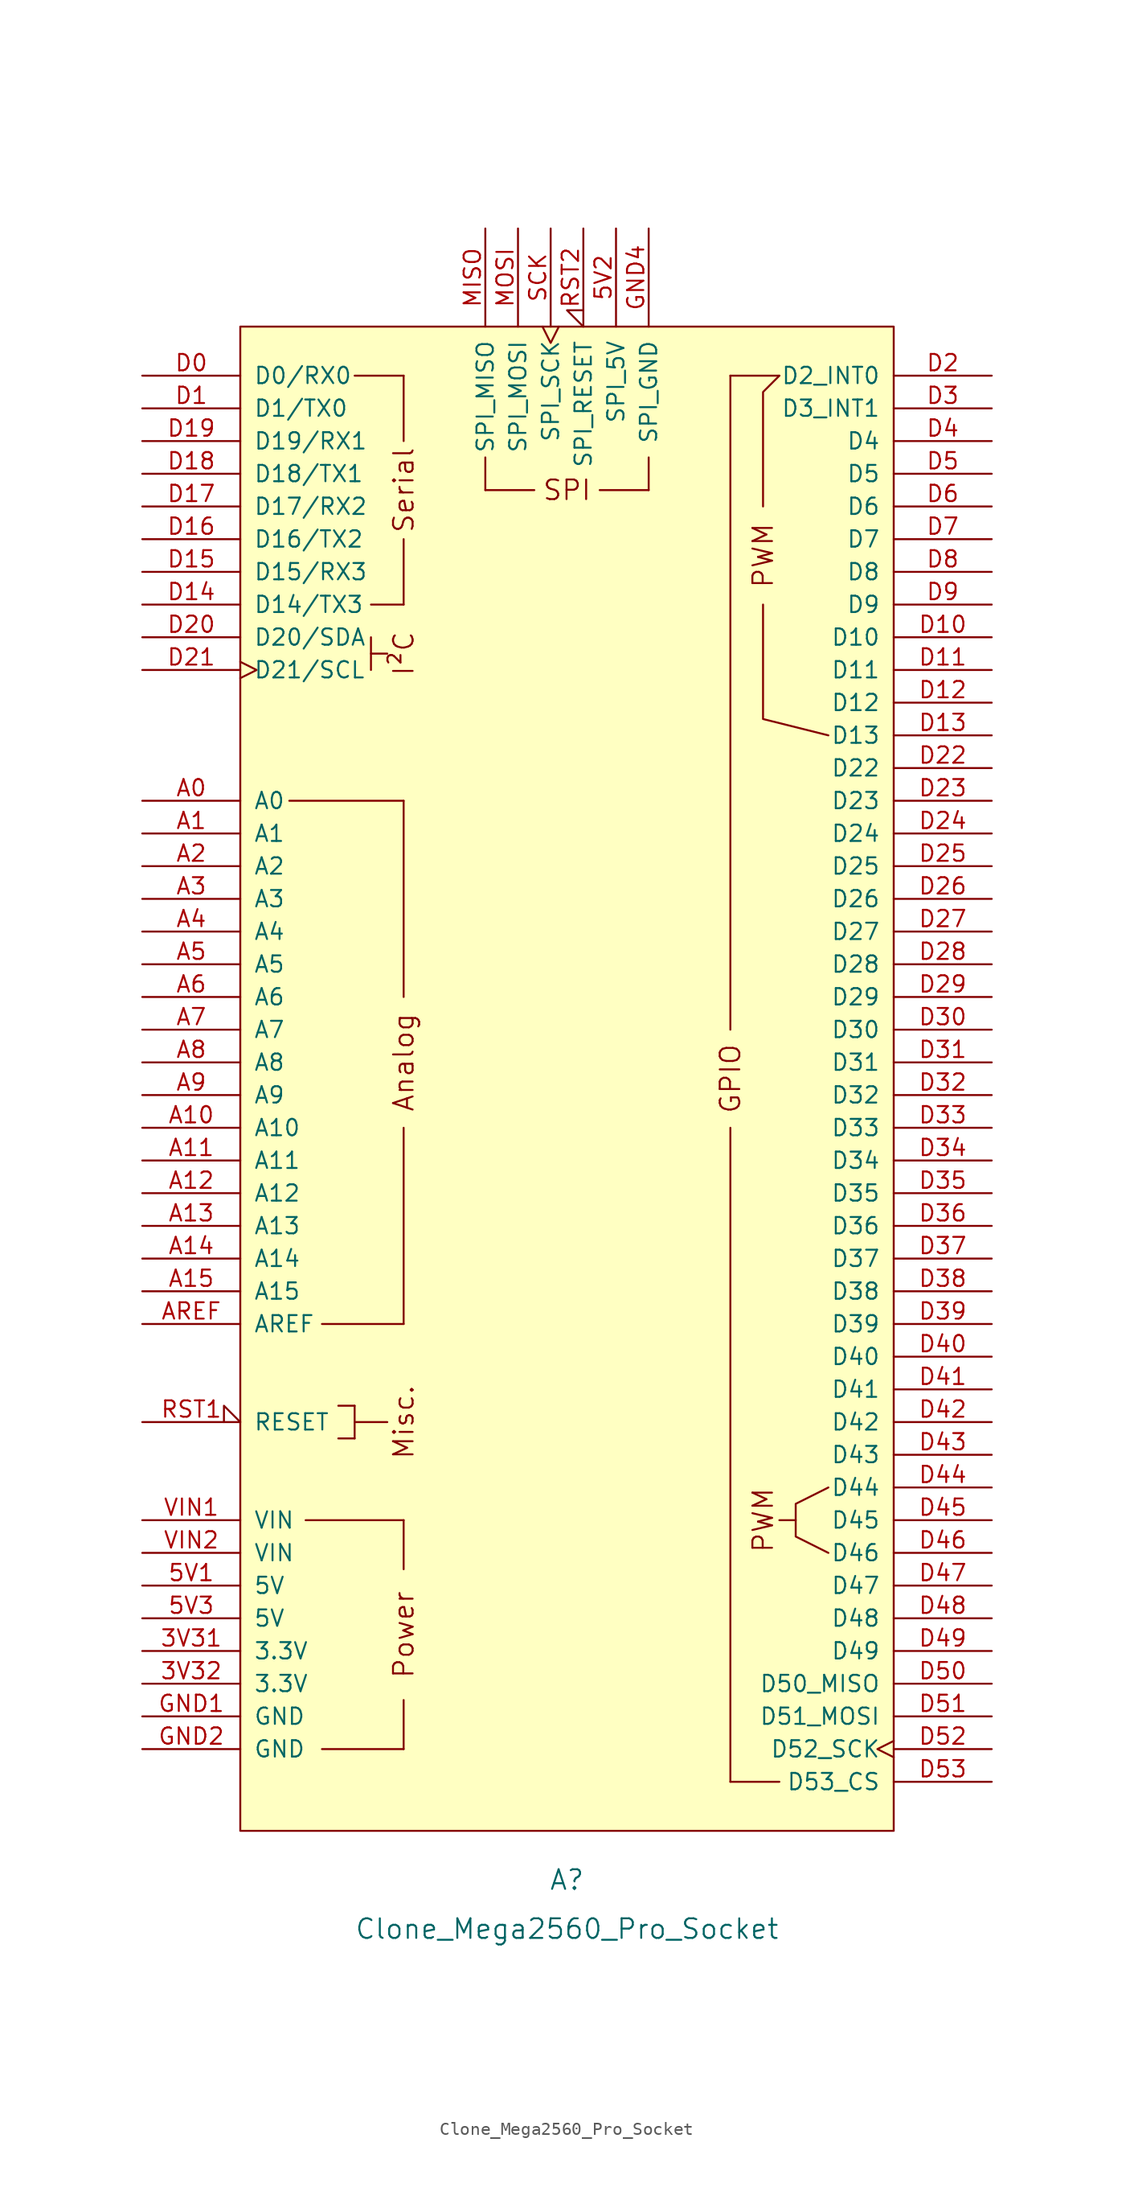
<source format=kicad_sym>
(kicad_symbol_lib
  (version 20220914)
  (generator kicad_symbol_editor)
  (symbol "Clone_Mega2560_Pro_Socket"
    (pin_names
      (offset 1.016))
    (property "Reference" "A"
      (at 0 -62.23 0)
      (effects (font (size 1.524 1.524))))
    (property "Value" "Clone_Mega2560_Pro_Socket"
      (at 0 -66.04 0)
      (effects (font (size 1.524 1.524))))
    (symbol "Clone_Mega2560_Pro_Socket_0_0"
      (rectangle (start -25.4 -58.42) (end 25.4 58.42) (stroke (width 0) (type default)) (fill (type background)))
      (rectangle (start -20.32 -34.29) (end -12.7 -34.29) (stroke (width 0) (type default)) (fill (type none)))
      (rectangle (start -19.05 -52.07) (end -12.7 -52.07) (stroke (width 0) (type default)) (fill (type none)))
      (rectangle (start -19.05 -19.05) (end -12.7 -19.05) (stroke (width 0) (type default)) (fill (type none)))
      (rectangle (start -17.78 -27.94) (end -16.51 -27.94) (stroke (width 0) (type default)) (fill (type none)))
      (rectangle (start -17.78 -25.4) (end -16.51 -25.4) (stroke (width 0) (type default)) (fill (type none)))
      (rectangle (start -16.51 -26.67) (end -13.97 -26.67) (stroke (width 0) (type default)) (fill (type none)))
      (rectangle (start -16.51 -25.4) (end -16.51 -27.94) (stroke (width 0) (type default)) (fill (type none)))
      (rectangle (start -16.51 54.61) (end -12.7 54.61) (stroke (width 0) (type default)) (fill (type none)))
      (rectangle (start -15.24 33.02) (end -13.97 33.02) (stroke (width 0) (type default)) (fill (type none)))
      (rectangle (start -15.24 34.29) (end -15.24 31.75) (stroke (width 0) (type default)) (fill (type none)))
      (rectangle (start -15.24 36.83) (end -12.7 36.83) (stroke (width 0) (type default)) (fill (type none)))
      (rectangle (start -12.7 -48.26) (end -12.7 -52.07) (stroke (width 0) (type default)) (fill (type none)))
      (rectangle (start -12.7 -34.29) (end -12.7 -38.1) (stroke (width 0) (type default)) (fill (type none)))
      (rectangle (start -12.7 41.91) (end -12.7 36.83) (stroke (width 0) (type default)) (fill (type none)))
      (rectangle (start -12.7 49.53) (end -12.7 54.61) (stroke (width 0) (type default)) (fill (type none)))
      (rectangle (start -6.35 48.26) (end -6.35 45.72) (stroke (width 0) (type default)) (fill (type none)))
      (rectangle (start -2.54 45.72) (end -6.35 45.72) (stroke (width 0) (type default)) (fill (type none)))
      (polyline (pts (xy -21.59 21.59) (xy -12.7 21.59)) (stroke (width 0) (type default)) (fill (type none)))
      (polyline (pts (xy -12.7 -19.05) (xy -12.7 -3.81)) (stroke (width 0) (type default)) (fill (type none)))
      (polyline (pts (xy -12.7 6.35) (xy -12.7 21.59)) (stroke (width 0) (type default)) (fill (type none)))
      (polyline (pts (xy 12.7 -54.61) (xy 16.51 -54.61)) (stroke (width 0) (type default)) (fill (type none)))
      (polyline (pts (xy 12.7 54.61) (xy 16.51 54.61)) (stroke (width 0) (type default)) (fill (type none)))
      (polyline (pts (xy 17.78 -34.29) (xy 16.51 -34.29)) (stroke (width 0) (type default)) (fill (type none)))
      (polyline (pts (xy 15.24 36.83) (xy 15.24 27.94) (xy 20.32 26.67)) (stroke (width 0) (type default)) (fill (type none)))
      (polyline (pts (xy 15.24 44.45) (xy 15.24 53.34) (xy 16.51 54.61)) (stroke (width 0) (type default)) (fill (type none)))
      (polyline (pts (xy 20.32 -31.75) (xy 17.78 -33.02) (xy 17.78 -35.56) (xy 20.32 -36.83)) (stroke (width 0) (type default)) (fill (type none)))
      (rectangle (start 6.35 45.72) (end 2.54 45.72) (stroke (width 0) (type default)) (fill (type none)))
      (rectangle (start 6.35 48.26) (end 6.35 45.72) (stroke (width 0) (type default)) (fill (type none)))
      (text "Analog" (at -12.7 1.27 900) (effects (font (size 1.524 1.524))))
      (text "I²C" (at -12.7 33.02 900) (effects (font (size 1.524 1.524))))
      (text "Misc." (at -12.7 -26.67 900) (effects (font (size 1.524 1.524))))
      (text "Power" (at -12.7 -43.18 900) (effects (font (size 1.524 1.524))))
      (text "PWM" (at 15.24 -34.29 900) (effects (font (size 1.524 1.524))))
      (text "PWM" (at 15.24 40.64 900) (effects (font (size 1.524 1.524))))
      (text "Serial" (at -12.7 45.72 900) (effects (font (size 1.524 1.524))))
      (text "SPI" (at 0 45.72 0) (effects (font (size 1.524 1.524)))))
    (symbol "Clone_Mega2560_Pro_Socket_1_0"
      (rectangle (start 12.7 -54.61) (end 12.7 -3.81) (stroke (width 0) (type default)) (fill (type none)))
      (rectangle (start 12.7 54.61) (end 12.7 3.81) (stroke (width 0) (type default)) (fill (type none)))
      (text "GPIO" (at 12.7 0 900) (effects (font (size 1.524 1.524)))))
    (symbol "Clone_Mega2560_Pro_Socket_1_1"
      (pin power_out line (at -33.02 -44.45 0) (length 7.62) (name "3.3V" (effects (font (size 1.27 1.27)))) (number "3V31" (effects (font (size 1.27 1.27)))))
      (pin power_out line (at -33.02 -46.99 0) (length 7.62) (name "3.3V" (effects (font (size 1.27 1.27)))) (number "3V32" (effects (font (size 1.27 1.27)))))
      (pin power_in line (at -33.02 -39.37 0) (length 7.62) (name "5V" (effects (font (size 1.27 1.27)))) (number "5V1" (effects (font (size 1.27 1.27)))))
      (pin power_in line (at 3.81 66.04 270) (length 7.62) (name "SPI_5V" (effects (font (size 1.27 1.27)))) (number "5V2" (effects (font (size 1.27 1.27)))))
      (pin power_in line (at -33.02 -41.91 0) (length 7.62) (name "5V" (effects (font (size 1.27 1.27)))) (number "5V3" (effects (font (size 1.27 1.27)))))
      (pin bidirectional line (at -33.02 21.59 0) (length 7.62) (name "A0" (effects (font (size 1.27 1.27)))) (number "A0" (effects (font (size 1.27 1.27)))))
      (pin bidirectional line (at -33.02 19.05 0) (length 7.62) (name "A1" (effects (font (size 1.27 1.27)))) (number "A1" (effects (font (size 1.27 1.27)))))
      (pin bidirectional line (at -33.02 -3.81 0) (length 7.62) (name "A10" (effects (font (size 1.27 1.27)))) (number "A10" (effects (font (size 1.27 1.27)))))
      (pin bidirectional line (at -33.02 -6.35 0) (length 7.62) (name "A11" (effects (font (size 1.27 1.27)))) (number "A11" (effects (font (size 1.27 1.27)))))
      (pin bidirectional line (at -33.02 -8.89 0) (length 7.62) (name "A12" (effects (font (size 1.27 1.27)))) (number "A12" (effects (font (size 1.27 1.27)))))
      (pin bidirectional line (at -33.02 -11.43 0) (length 7.62) (name "A13" (effects (font (size 1.27 1.27)))) (number "A13" (effects (font (size 1.27 1.27)))))
      (pin bidirectional line (at -33.02 -13.97 0) (length 7.62) (name "A14" (effects (font (size 1.27 1.27)))) (number "A14" (effects (font (size 1.27 1.27)))))
      (pin bidirectional line (at -33.02 -16.51 0) (length 7.62) (name "A15" (effects (font (size 1.27 1.27)))) (number "A15" (effects (font (size 1.27 1.27)))))
      (pin bidirectional line (at -33.02 16.51 0) (length 7.62) (name "A2" (effects (font (size 1.27 1.27)))) (number "A2" (effects (font (size 1.27 1.27)))))
      (pin bidirectional line (at -33.02 13.97 0) (length 7.62) (name "A3" (effects (font (size 1.27 1.27)))) (number "A3" (effects (font (size 1.27 1.27)))))
      (pin bidirectional line (at -33.02 11.43 0) (length 7.62) (name "A4" (effects (font (size 1.27 1.27)))) (number "A4" (effects (font (size 1.27 1.27)))))
      (pin bidirectional line (at -33.02 8.89 0) (length 7.62) (name "A5" (effects (font (size 1.27 1.27)))) (number "A5" (effects (font (size 1.27 1.27)))))
      (pin bidirectional line (at -33.02 6.35 0) (length 7.62) (name "A6" (effects (font (size 1.27 1.27)))) (number "A6" (effects (font (size 1.27 1.27)))))
      (pin bidirectional line (at -33.02 3.81 0) (length 7.62) (name "A7" (effects (font (size 1.27 1.27)))) (number "A7" (effects (font (size 1.27 1.27)))))
      (pin bidirectional line (at -33.02 1.27 0) (length 7.62) (name "A8" (effects (font (size 1.27 1.27)))) (number "A8" (effects (font (size 1.27 1.27)))))
      (pin bidirectional line (at -33.02 -1.27 0) (length 7.62) (name "A9" (effects (font (size 1.27 1.27)))) (number "A9" (effects (font (size 1.27 1.27)))))
      (pin input line (at -33.02 -19.05 0) (length 7.62) (name "AREF" (effects (font (size 1.27 1.27)))) (number "AREF" (effects (font (size 1.27 1.27)))))
      (pin bidirectional line (at -33.02 54.61 0) (length 7.62) (name "D0/RX0" (effects (font (size 1.27 1.27)))) (number "D0" (effects (font (size 1.27 1.27)))))
      (pin bidirectional line (at -33.02 52.07 0) (length 7.62) (name "D1/TX0" (effects (font (size 1.27 1.27)))) (number "D1" (effects (font (size 1.27 1.27)))))
      (pin bidirectional line (at 33.02 34.29 180) (length 7.62) (name "D10" (effects (font (size 1.27 1.27)))) (number "D10" (effects (font (size 1.27 1.27)))))
      (pin bidirectional line (at 33.02 31.75 180) (length 7.62) (name "D11" (effects (font (size 1.27 1.27)))) (number "D11" (effects (font (size 1.27 1.27)))))
      (pin bidirectional line (at 33.02 29.21 180) (length 7.62) (name "D12" (effects (font (size 1.27 1.27)))) (number "D12" (effects (font (size 1.27 1.27)))))
      (pin bidirectional line (at 33.02 26.67 180) (length 7.62) (name "D13" (effects (font (size 1.27 1.27)))) (number "D13" (effects (font (size 1.27 1.27)))))
      (pin bidirectional line (at -33.02 36.83 0) (length 7.62) (name "D14/TX3" (effects (font (size 1.27 1.27)))) (number "D14" (effects (font (size 1.27 1.27)))))
      (pin bidirectional line (at -33.02 39.37 0) (length 7.62) (name "D15/RX3" (effects (font (size 1.27 1.27)))) (number "D15" (effects (font (size 1.27 1.27)))))
      (pin bidirectional line (at -33.02 41.91 0) (length 7.62) (name "D16/TX2" (effects (font (size 1.27 1.27)))) (number "D16" (effects (font (size 1.27 1.27)))))
      (pin bidirectional line (at -33.02 44.45 0) (length 7.62) (name "D17/RX2" (effects (font (size 1.27 1.27)))) (number "D17" (effects (font (size 1.27 1.27)))))
      (pin bidirectional line (at -33.02 46.99 0) (length 7.62) (name "D18/TX1" (effects (font (size 1.27 1.27)))) (number "D18" (effects (font (size 1.27 1.27)))))
      (pin bidirectional line (at -33.02 49.53 0) (length 7.62) (name "D19/RX1" (effects (font (size 1.27 1.27)))) (number "D19" (effects (font (size 1.27 1.27)))))
      (pin bidirectional line (at 33.02 54.61 180) (length 7.62) (name "D2_INT0" (effects (font (size 1.27 1.27)))) (number "D2" (effects (font (size 1.27 1.27)))))
      (pin bidirectional line (at -33.02 34.29 0) (length 7.62) (name "D20/SDA" (effects (font (size 1.27 1.27)))) (number "D20" (effects (font (size 1.27 1.27)))))
      (pin bidirectional clock (at -33.02 31.75 0) (length 7.62) (name "D21/SCL" (effects (font (size 1.27 1.27)))) (number "D21" (effects (font (size 1.27 1.27)))))
      (pin bidirectional line (at 33.02 24.13 180) (length 7.62) (name "D22" (effects (font (size 1.27 1.27)))) (number "D22" (effects (font (size 1.27 1.27)))))
      (pin bidirectional line (at 33.02 21.59 180) (length 7.62) (name "D23" (effects (font (size 1.27 1.27)))) (number "D23" (effects (font (size 1.27 1.27)))))
      (pin bidirectional line (at 33.02 19.05 180) (length 7.62) (name "D24" (effects (font (size 1.27 1.27)))) (number "D24" (effects (font (size 1.27 1.27)))))
      (pin bidirectional line (at 33.02 16.51 180) (length 7.62) (name "D25" (effects (font (size 1.27 1.27)))) (number "D25" (effects (font (size 1.27 1.27)))))
      (pin bidirectional line (at 33.02 13.97 180) (length 7.62) (name "D26" (effects (font (size 1.27 1.27)))) (number "D26" (effects (font (size 1.27 1.27)))))
      (pin bidirectional line (at 33.02 11.43 180) (length 7.62) (name "D27" (effects (font (size 1.27 1.27)))) (number "D27" (effects (font (size 1.27 1.27)))))
      (pin bidirectional line (at 33.02 8.89 180) (length 7.62) (name "D28" (effects (font (size 1.27 1.27)))) (number "D28" (effects (font (size 1.27 1.27)))))
      (pin bidirectional line (at 33.02 6.35 180) (length 7.62) (name "D29" (effects (font (size 1.27 1.27)))) (number "D29" (effects (font (size 1.27 1.27)))))
      (pin bidirectional line (at 33.02 52.07 180) (length 7.62) (name "D3_INT1" (effects (font (size 1.27 1.27)))) (number "D3" (effects (font (size 1.27 1.27)))))
      (pin bidirectional line (at 33.02 3.81 180) (length 7.62) (name "D30" (effects (font (size 1.27 1.27)))) (number "D30" (effects (font (size 1.27 1.27)))))
      (pin bidirectional line (at 33.02 1.27 180) (length 7.62) (name "D31" (effects (font (size 1.27 1.27)))) (number "D31" (effects (font (size 1.27 1.27)))))
      (pin bidirectional line (at 33.02 -1.27 180) (length 7.62) (name "D32" (effects (font (size 1.27 1.27)))) (number "D32" (effects (font (size 1.27 1.27)))))
      (pin bidirectional line (at 33.02 -3.81 180) (length 7.62) (name "D33" (effects (font (size 1.27 1.27)))) (number "D33" (effects (font (size 1.27 1.27)))))
      (pin bidirectional line (at 33.02 -6.35 180) (length 7.62) (name "D34" (effects (font (size 1.27 1.27)))) (number "D34" (effects (font (size 1.27 1.27)))))
      (pin bidirectional line (at 33.02 -8.89 180) (length 7.62) (name "D35" (effects (font (size 1.27 1.27)))) (number "D35" (effects (font (size 1.27 1.27)))))
      (pin bidirectional line (at 33.02 -11.43 180) (length 7.62) (name "D36" (effects (font (size 1.27 1.27)))) (number "D36" (effects (font (size 1.27 1.27)))))
      (pin bidirectional line (at 33.02 -13.97 180) (length 7.62) (name "D37" (effects (font (size 1.27 1.27)))) (number "D37" (effects (font (size 1.27 1.27)))))
      (pin bidirectional line (at 33.02 -16.51 180) (length 7.62) (name "D38" (effects (font (size 1.27 1.27)))) (number "D38" (effects (font (size 1.27 1.27)))))
      (pin bidirectional line (at 33.02 -19.05 180) (length 7.62) (name "D39" (effects (font (size 1.27 1.27)))) (number "D39" (effects (font (size 1.27 1.27)))))
      (pin bidirectional line (at 33.02 49.53 180) (length 7.62) (name "D4" (effects (font (size 1.27 1.27)))) (number "D4" (effects (font (size 1.27 1.27)))))
      (pin bidirectional line (at 33.02 -21.59 180) (length 7.62) (name "D40" (effects (font (size 1.27 1.27)))) (number "D40" (effects (font (size 1.27 1.27)))))
      (pin bidirectional line (at 33.02 -24.13 180) (length 7.62) (name "D41" (effects (font (size 1.27 1.27)))) (number "D41" (effects (font (size 1.27 1.27)))))
      (pin bidirectional line (at 33.02 -26.67 180) (length 7.62) (name "D42" (effects (font (size 1.27 1.27)))) (number "D42" (effects (font (size 1.27 1.27)))))
      (pin bidirectional line (at 33.02 -29.21 180) (length 7.62) (name "D43" (effects (font (size 1.27 1.27)))) (number "D43" (effects (font (size 1.27 1.27)))))
      (pin bidirectional line (at 33.02 -31.75 180) (length 7.62) (name "D44" (effects (font (size 1.27 1.27)))) (number "D44" (effects (font (size 1.27 1.27)))))
      (pin bidirectional line (at 33.02 -34.29 180) (length 7.62) (name "D45" (effects (font (size 1.27 1.27)))) (number "D45" (effects (font (size 1.27 1.27)))))
      (pin bidirectional line (at 33.02 -36.83 180) (length 7.62) (name "D46" (effects (font (size 1.27 1.27)))) (number "D46" (effects (font (size 1.27 1.27)))))
      (pin bidirectional line (at 33.02 -39.37 180) (length 7.62) (name "D47" (effects (font (size 1.27 1.27)))) (number "D47" (effects (font (size 1.27 1.27)))))
      (pin bidirectional line (at 33.02 -41.91 180) (length 7.62) (name "D48" (effects (font (size 1.27 1.27)))) (number "D48" (effects (font (size 1.27 1.27)))))
      (pin bidirectional line (at 33.02 -44.45 180) (length 7.62) (name "D49" (effects (font (size 1.27 1.27)))) (number "D49" (effects (font (size 1.27 1.27)))))
      (pin bidirectional line (at 33.02 46.99 180) (length 7.62) (name "D5" (effects (font (size 1.27 1.27)))) (number "D5" (effects (font (size 1.27 1.27)))))
      (pin bidirectional line (at 33.02 -46.99 180) (length 7.62) (name "D50_MISO" (effects (font (size 1.27 1.27)))) (number "D50" (effects (font (size 1.27 1.27)))))
      (pin bidirectional line (at 33.02 -49.53 180) (length 7.62) (name "D51_MOSI" (effects (font (size 1.27 1.27)))) (number "D51" (effects (font (size 1.27 1.27)))))
      (pin bidirectional clock (at 33.02 -52.07 180) (length 7.62) (name "D52_SCK" (effects (font (size 1.27 1.27)))) (number "D52" (effects (font (size 1.27 1.27)))))
      (pin bidirectional line (at 33.02 -54.61 180) (length 7.62) (name "D53_CS" (effects (font (size 1.27 1.27)))) (number "D53" (effects (font (size 1.27 1.27)))))
      (pin bidirectional line (at 33.02 44.45 180) (length 7.62) (name "D6" (effects (font (size 1.27 1.27)))) (number "D6" (effects (font (size 1.27 1.27)))))
      (pin bidirectional line (at 33.02 41.91 180) (length 7.62) (name "D7" (effects (font (size 1.27 1.27)))) (number "D7" (effects (font (size 1.27 1.27)))))
      (pin bidirectional line (at 33.02 39.37 180) (length 7.62) (name "D8" (effects (font (size 1.27 1.27)))) (number "D8" (effects (font (size 1.27 1.27)))))
      (pin bidirectional line (at 33.02 36.83 180) (length 7.62) (name "D9" (effects (font (size 1.27 1.27)))) (number "D9" (effects (font (size 1.27 1.27)))))
      (pin power_in line (at -33.02 -49.53 0) (length 7.62) (name "GND" (effects (font (size 1.27 1.27)))) (number "GND1" (effects (font (size 1.27 1.27)))))
      (pin power_in line (at -33.02 -52.07 0) (length 7.62) (name "GND" (effects (font (size 1.27 1.27)))) (number "GND2" (effects (font (size 1.27 1.27)))))
      (pin power_in line (at 6.35 66.04 270) (length 7.62) (name "SPI_GND" (effects (font (size 1.27 1.27)))) (number "GND4" (effects (font (size 1.27 1.27)))))
      (pin input line (at -6.35 66.04 270) (length 7.62) (name "SPI_MISO" (effects (font (size 1.27 1.27)))) (number "MISO" (effects (font (size 1.27 1.27)))))
      (pin output line (at -3.81 66.04 270) (length 7.62) (name "SPI_MOSI" (effects (font (size 1.27 1.27)))) (number "MOSI" (effects (font (size 1.27 1.27)))))
      (pin open_collector input_low (at -33.02 -26.67 0) (length 7.62) (name "RESET" (effects (font (size 1.27 1.27)))) (number "RST1" (effects (font (size 1.27 1.27)))))
      (pin open_collector input_low (at 1.27 66.04 270) (length 7.62) (name "SPI_RESET" (effects (font (size 1.27 1.27)))) (number "RST2" (effects (font (size 1.27 1.27)))))
      (pin output clock (at -1.27 66.04 270) (length 7.62) (name "SPI_SCK" (effects (font (size 1.27 1.27)))) (number "SCK" (effects (font (size 1.27 1.27)))))
      (pin power_in line (at -33.02 -34.29 0) (length 7.62) (name "VIN" (effects (font (size 1.27 1.27)))) (number "VIN1" (effects (font (size 1.27 1.27)))))
      (pin power_in line (at -33.02 -36.83 0) (length 7.62) (name "VIN" (effects (font (size 1.27 1.27)))) (number "VIN2" (effects (font (size 1.27 1.27))))))))
</source>
